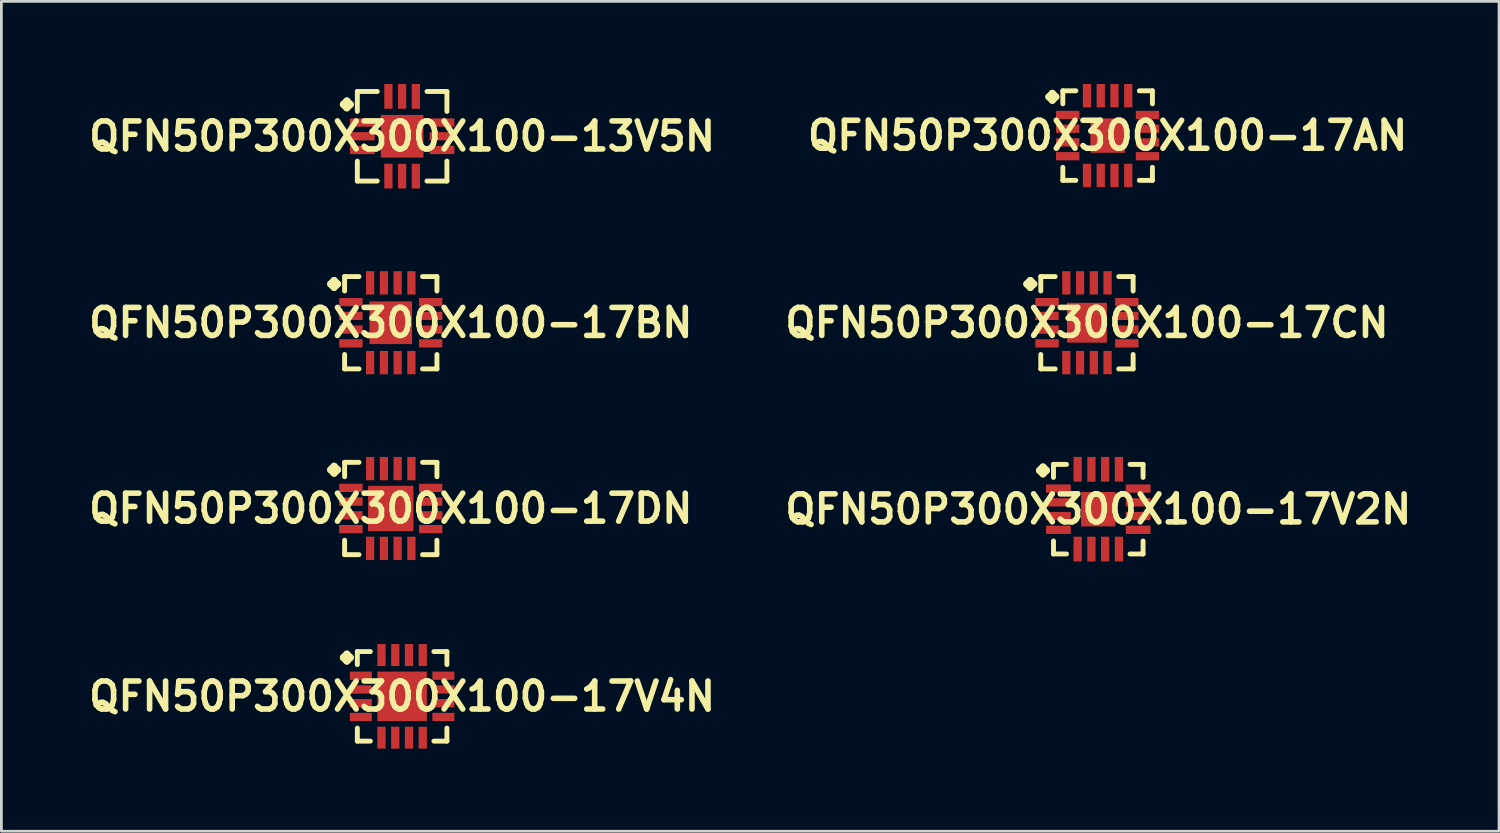
<source format=kicad_pcb>
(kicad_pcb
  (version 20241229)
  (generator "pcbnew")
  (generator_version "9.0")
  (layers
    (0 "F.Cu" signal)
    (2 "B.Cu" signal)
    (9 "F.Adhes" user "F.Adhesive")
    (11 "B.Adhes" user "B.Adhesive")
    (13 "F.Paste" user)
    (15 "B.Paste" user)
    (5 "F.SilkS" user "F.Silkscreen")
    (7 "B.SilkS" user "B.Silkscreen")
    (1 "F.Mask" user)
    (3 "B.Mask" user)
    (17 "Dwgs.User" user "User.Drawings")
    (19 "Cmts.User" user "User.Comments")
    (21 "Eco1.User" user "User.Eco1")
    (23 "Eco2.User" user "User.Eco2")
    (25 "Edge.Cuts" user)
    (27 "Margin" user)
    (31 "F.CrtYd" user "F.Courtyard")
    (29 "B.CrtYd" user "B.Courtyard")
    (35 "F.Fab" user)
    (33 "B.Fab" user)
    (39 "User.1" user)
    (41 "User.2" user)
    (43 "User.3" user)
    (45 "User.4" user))
  (footprint "QFN50P300X300X100-17V4N"
    (layer "F.Cu")
    (at 11.549 22.231)
    (property "Reference" "QFN50P300X300X100-17V4N" (at 0 0 0) (layer "F.SilkS") (effects (font (size 1.016 1.016) (thickness 0.203))))
    (attr smd)
    (fp_line (start -2.134 -1.407) (end -2.007 -1.534) (stroke (width 0.254) (type solid)) (layer "F.SilkS"))
    (fp_line (start -2.007 -1.534) (end -1.88 -1.407) (stroke (width 0.254) (type solid)) (layer "F.SilkS"))
    (fp_line (start -2.007 -1.28) (end -2.134 -1.407) (stroke (width 0.254) (type solid)) (layer "F.SilkS"))
    (fp_line (start -1.88 -1.407) (end -2.007 -1.28) (stroke (width 0.254) (type solid)) (layer "F.SilkS"))
    (fp_line (start -1.626 -1.626) (end -1.153 -1.626) (stroke (width 0.178) (type solid)) (layer "F.SilkS"))
    (fp_line (start -1.626 -1.153) (end -1.626 -1.626) (stroke (width 0.178) (type solid)) (layer "F.SilkS"))
    (fp_line (start -1.626 1.153) (end -1.626 1.626) (stroke (width 0.178) (type solid)) (layer "F.SilkS"))
    (fp_line (start -1.626 1.626) (end -1.153 1.626) (stroke (width 0.178) (type solid)) (layer "F.SilkS"))
    (fp_line (start 1.153 -1.626) (end 1.626 -1.626) (stroke (width 0.178) (type solid)) (layer "F.SilkS"))
    (fp_line (start 1.153 1.626) (end 1.626 1.626) (stroke (width 0.178) (type solid)) (layer "F.SilkS"))
    (fp_line (start 1.626 -1.626) (end 1.626 -1.153) (stroke (width 0.178) (type solid)) (layer "F.SilkS"))
    (fp_line (start 1.626 1.626) (end 1.626 1.153) (stroke (width 0.178) (type solid)) (layer "F.SilkS"))
    (pad "1" smd rect (at -1.499 -0.749) (size 0.798 0.3) (layers "F.Cu" "F.Mask" "F.Paste"))
    (pad "2" smd rect (at -1.499 -0.249) (size 0.798 0.3) (layers "F.Cu" "F.Mask" "F.Paste"))
    (pad "3" smd rect (at -1.499 0.249) (size 0.798 0.3) (layers "F.Cu" "F.Mask" "F.Paste"))
    (pad "4" smd rect (at -1.499 0.749) (size 0.798 0.3) (layers "F.Cu" "F.Mask" "F.Paste"))
    (pad "5" smd rect (at -0.749 1.499) (size 0.3 0.798) (layers "F.Cu" "F.Mask" "F.Paste"))
    (pad "6" smd rect (at -0.249 1.499) (size 0.3 0.798) (layers "F.Cu" "F.Mask" "F.Paste"))
    (pad "7" smd rect (at 0.249 1.499) (size 0.3 0.798) (layers "F.Cu" "F.Mask" "F.Paste"))
    (pad "8" smd rect (at 0.749 1.499) (size 0.3 0.798) (layers "F.Cu" "F.Mask" "F.Paste"))
    (pad "9" smd rect (at 1.499 0.749) (size 0.798 0.3) (layers "F.Cu" "F.Mask" "F.Paste"))
    (pad "10" smd rect (at 1.499 0.249) (size 0.798 0.3) (layers "F.Cu" "F.Mask" "F.Paste"))
    (pad "11" smd rect (at 1.499 -0.249) (size 0.798 0.3) (layers "F.Cu" "F.Mask" "F.Paste"))
    (pad "12" smd rect (at 1.499 -0.749) (size 0.798 0.3) (layers "F.Cu" "F.Mask" "F.Paste"))
    (pad "13" smd rect (at 0.749 -1.499) (size 0.3 0.798) (layers "F.Cu" "F.Mask" "F.Paste"))
    (pad "14" smd rect (at 0.249 -1.499) (size 0.3 0.798) (layers "F.Cu" "F.Mask" "F.Paste"))
    (pad "15" smd rect (at -0.249 -1.499) (size 0.3 0.798) (layers "F.Cu" "F.Mask" "F.Paste"))
    (pad "16" smd rect (at -0.749 -1.499) (size 0.3 0.798) (layers "F.Cu" "F.Mask" "F.Paste"))
    (pad "17" smd rect (at 0 0) (size 1.798 1.798) (layers "F.Cu" "F.Mask" "F.Paste")))
  (footprint "QFN50P300X300X100-17BN"
    (layer "F.Cu")
    (at 11.137 8.667)
    (property "Reference" "QFN50P300X300X100-17BN" (at 0 0 0) (layer "F.SilkS") (effects (font (size 1.016 1.016) (thickness 0.203))))
    (attr smd)
    (fp_line (start -2.184 -1.407) (end -2.057 -1.534) (stroke (width 0.254) (type solid)) (layer "F.SilkS"))
    (fp_line (start -2.057 -1.534) (end -1.93 -1.407) (stroke (width 0.254) (type solid)) (layer "F.SilkS"))
    (fp_line (start -2.057 -1.28) (end -2.184 -1.407) (stroke (width 0.254) (type solid)) (layer "F.SilkS"))
    (fp_line (start -1.93 -1.407) (end -2.057 -1.28) (stroke (width 0.254) (type solid)) (layer "F.SilkS"))
    (fp_line (start -1.676 -1.676) (end -1.153 -1.676) (stroke (width 0.178) (type solid)) (layer "F.SilkS"))
    (fp_line (start -1.676 -1.153) (end -1.676 -1.676) (stroke (width 0.178) (type solid)) (layer "F.SilkS"))
    (fp_line (start -1.676 1.153) (end -1.676 1.676) (stroke (width 0.178) (type solid)) (layer "F.SilkS"))
    (fp_line (start -1.676 1.676) (end -1.153 1.676) (stroke (width 0.178) (type solid)) (layer "F.SilkS"))
    (fp_line (start 1.153 -1.676) (end 1.676 -1.676) (stroke (width 0.178) (type solid)) (layer "F.SilkS"))
    (fp_line (start 1.153 1.676) (end 1.676 1.676) (stroke (width 0.178) (type solid)) (layer "F.SilkS"))
    (fp_line (start 1.676 -1.676) (end 1.676 -1.153) (stroke (width 0.178) (type solid)) (layer "F.SilkS"))
    (fp_line (start 1.676 1.676) (end 1.676 1.153) (stroke (width 0.178) (type solid)) (layer "F.SilkS"))
    (pad "1" smd rect (at -1.448 -0.749) (size 0.848 0.3) (layers "F.Cu" "F.Mask" "F.Paste"))
    (pad "2" smd rect (at -1.448 -0.249) (size 0.848 0.3) (layers "F.Cu" "F.Mask" "F.Paste"))
    (pad "3" smd rect (at -1.448 0.249) (size 0.848 0.3) (layers "F.Cu" "F.Mask" "F.Paste"))
    (pad "4" smd rect (at -1.448 0.749) (size 0.848 0.3) (layers "F.Cu" "F.Mask" "F.Paste"))
    (pad "5" smd rect (at -0.749 1.448) (size 0.3 0.848) (layers "F.Cu" "F.Mask" "F.Paste"))
    (pad "6" smd rect (at -0.249 1.448) (size 0.3 0.848) (layers "F.Cu" "F.Mask" "F.Paste"))
    (pad "7" smd rect (at 0.249 1.448) (size 0.3 0.848) (layers "F.Cu" "F.Mask" "F.Paste"))
    (pad "8" smd rect (at 0.749 1.448) (size 0.3 0.848) (layers "F.Cu" "F.Mask" "F.Paste"))
    (pad "9" smd rect (at 1.448 0.749) (size 0.848 0.3) (layers "F.Cu" "F.Mask" "F.Paste"))
    (pad "10" smd rect (at 1.448 0.249) (size 0.848 0.3) (layers "F.Cu" "F.Mask" "F.Paste"))
    (pad "11" smd rect (at 1.448 -0.249) (size 0.848 0.3) (layers "F.Cu" "F.Mask" "F.Paste"))
    (pad "12" smd rect (at 1.448 -0.749) (size 0.848 0.3) (layers "F.Cu" "F.Mask" "F.Paste"))
    (pad "13" smd rect (at 0.749 -1.448) (size 0.3 0.848) (layers "F.Cu" "F.Mask" "F.Paste"))
    (pad "14" smd rect (at 0.249 -1.448) (size 0.3 0.848) (layers "F.Cu" "F.Mask" "F.Paste"))
    (pad "15" smd rect (at -0.249 -1.448) (size 0.3 0.848) (layers "F.Cu" "F.Mask" "F.Paste"))
    (pad "16" smd rect (at -0.749 -1.448) (size 0.3 0.848) (layers "F.Cu" "F.Mask" "F.Paste"))
    (pad "17" smd rect (at 0 0) (size 1.549 1.549) (layers "F.Cu" "F.Mask" "F.Paste")))
  (footprint "QFN50P300X300X100-17CN"
    (layer "F.Cu")
    (at 36.412 8.667)
    (property "Reference" "QFN50P300X300X100-17CN" (at 0 0 0) (layer "F.SilkS") (effects (font (size 1.016 1.016) (thickness 0.203))))
    (attr smd)
    (fp_line (start -2.184 -1.407) (end -2.057 -1.534) (stroke (width 0.254) (type solid)) (layer "F.SilkS"))
    (fp_line (start -2.057 -1.534) (end -1.93 -1.407) (stroke (width 0.254) (type solid)) (layer "F.SilkS"))
    (fp_line (start -2.057 -1.28) (end -2.184 -1.407) (stroke (width 0.254) (type solid)) (layer "F.SilkS"))
    (fp_line (start -1.93 -1.407) (end -2.057 -1.28) (stroke (width 0.254) (type solid)) (layer "F.SilkS"))
    (fp_line (start -1.676 -1.676) (end -1.153 -1.676) (stroke (width 0.178) (type solid)) (layer "F.SilkS"))
    (fp_line (start -1.676 -1.153) (end -1.676 -1.676) (stroke (width 0.178) (type solid)) (layer "F.SilkS"))
    (fp_line (start -1.676 1.153) (end -1.676 1.676) (stroke (width 0.178) (type solid)) (layer "F.SilkS"))
    (fp_line (start -1.676 1.676) (end -1.153 1.676) (stroke (width 0.178) (type solid)) (layer "F.SilkS"))
    (fp_line (start 1.153 -1.676) (end 1.676 -1.676) (stroke (width 0.178) (type solid)) (layer "F.SilkS"))
    (fp_line (start 1.153 1.676) (end 1.676 1.676) (stroke (width 0.178) (type solid)) (layer "F.SilkS"))
    (fp_line (start 1.676 -1.676) (end 1.676 -1.153) (stroke (width 0.178) (type solid)) (layer "F.SilkS"))
    (fp_line (start 1.676 1.676) (end 1.676 1.153) (stroke (width 0.178) (type solid)) (layer "F.SilkS"))
    (pad "1" smd rect (at -1.448 -0.749) (size 0.848 0.3) (layers "F.Cu" "F.Mask" "F.Paste"))
    (pad "2" smd rect (at -1.448 -0.249) (size 0.848 0.3) (layers "F.Cu" "F.Mask" "F.Paste"))
    (pad "3" smd rect (at -1.448 0.249) (size 0.848 0.3) (layers "F.Cu" "F.Mask" "F.Paste"))
    (pad "4" smd rect (at -1.448 0.749) (size 0.848 0.3) (layers "F.Cu" "F.Mask" "F.Paste"))
    (pad "5" smd rect (at -0.749 1.448) (size 0.3 0.848) (layers "F.Cu" "F.Mask" "F.Paste"))
    (pad "6" smd rect (at -0.249 1.448) (size 0.3 0.848) (layers "F.Cu" "F.Mask" "F.Paste"))
    (pad "7" smd rect (at 0.249 1.448) (size 0.3 0.848) (layers "F.Cu" "F.Mask" "F.Paste"))
    (pad "8" smd rect (at 0.749 1.448) (size 0.3 0.848) (layers "F.Cu" "F.Mask" "F.Paste"))
    (pad "9" smd rect (at 1.448 0.749) (size 0.848 0.3) (layers "F.Cu" "F.Mask" "F.Paste"))
    (pad "10" smd rect (at 1.448 0.249) (size 0.848 0.3) (layers "F.Cu" "F.Mask" "F.Paste"))
    (pad "11" smd rect (at 1.448 -0.249) (size 0.848 0.3) (layers "F.Cu" "F.Mask" "F.Paste"))
    (pad "12" smd rect (at 1.448 -0.749) (size 0.848 0.3) (layers "F.Cu" "F.Mask" "F.Paste"))
    (pad "13" smd rect (at 0.749 -1.448) (size 0.3 0.848) (layers "F.Cu" "F.Mask" "F.Paste"))
    (pad "14" smd rect (at 0.249 -1.448) (size 0.3 0.848) (layers "F.Cu" "F.Mask" "F.Paste"))
    (pad "15" smd rect (at -0.249 -1.448) (size 0.3 0.848) (layers "F.Cu" "F.Mask" "F.Paste"))
    (pad "16" smd rect (at -0.749 -1.448) (size 0.3 0.848) (layers "F.Cu" "F.Mask" "F.Paste"))
    (pad "17" smd rect (at 0 0) (size 1.448 1.448) (layers "F.Cu" "F.Mask" "F.Paste")))
  (footprint "QFN50P300X300X100-17V2N"
    (layer "F.Cu")
    (at 36.823 15.436)
    (property "Reference" "QFN50P300X300X100-17V2N" (at 0 0 0) (layer "F.SilkS") (effects (font (size 1.016 1.016) (thickness 0.203))))
    (attr smd)
    (fp_line (start -2.134 -1.407) (end -2.007 -1.534) (stroke (width 0.254) (type solid)) (layer "F.SilkS"))
    (fp_line (start -2.007 -1.534) (end -1.88 -1.407) (stroke (width 0.254) (type solid)) (layer "F.SilkS"))
    (fp_line (start -2.007 -1.28) (end -2.134 -1.407) (stroke (width 0.254) (type solid)) (layer "F.SilkS"))
    (fp_line (start -1.88 -1.407) (end -2.007 -1.28) (stroke (width 0.254) (type solid)) (layer "F.SilkS"))
    (fp_line (start -1.626 -1.626) (end -1.153 -1.626) (stroke (width 0.178) (type solid)) (layer "F.SilkS"))
    (fp_line (start -1.626 -1.153) (end -1.626 -1.626) (stroke (width 0.178) (type solid)) (layer "F.SilkS"))
    (fp_line (start -1.626 1.153) (end -1.626 1.626) (stroke (width 0.178) (type solid)) (layer "F.SilkS"))
    (fp_line (start -1.626 1.626) (end -1.153 1.626) (stroke (width 0.178) (type solid)) (layer "F.SilkS"))
    (fp_line (start 1.153 -1.626) (end 1.626 -1.626) (stroke (width 0.178) (type solid)) (layer "F.SilkS"))
    (fp_line (start 1.153 1.626) (end 1.626 1.626) (stroke (width 0.178) (type solid)) (layer "F.SilkS"))
    (fp_line (start 1.626 -1.626) (end 1.626 -1.153) (stroke (width 0.178) (type solid)) (layer "F.SilkS"))
    (fp_line (start 1.626 1.626) (end 1.626 1.153) (stroke (width 0.178) (type solid)) (layer "F.SilkS"))
    (pad "1" smd rect (at -1.448 -0.749) (size 0.899 0.3) (layers "F.Cu" "F.Mask" "F.Paste"))
    (pad "2" smd rect (at -1.448 -0.249) (size 0.899 0.3) (layers "F.Cu" "F.Mask" "F.Paste"))
    (pad "3" smd rect (at -1.448 0.249) (size 0.899 0.3) (layers "F.Cu" "F.Mask" "F.Paste"))
    (pad "4" smd rect (at -1.448 0.749) (size 0.899 0.3) (layers "F.Cu" "F.Mask" "F.Paste"))
    (pad "5" smd rect (at -0.749 1.448) (size 0.3 0.899) (layers "F.Cu" "F.Mask" "F.Paste"))
    (pad "6" smd rect (at -0.249 1.448) (size 0.3 0.899) (layers "F.Cu" "F.Mask" "F.Paste"))
    (pad "7" smd rect (at 0.249 1.448) (size 0.3 0.899) (layers "F.Cu" "F.Mask" "F.Paste"))
    (pad "8" smd rect (at 0.749 1.448) (size 0.3 0.899) (layers "F.Cu" "F.Mask" "F.Paste"))
    (pad "9" smd rect (at 1.448 0.749) (size 0.899 0.3) (layers "F.Cu" "F.Mask" "F.Paste"))
    (pad "10" smd rect (at 1.448 0.249) (size 0.899 0.3) (layers "F.Cu" "F.Mask" "F.Paste"))
    (pad "11" smd rect (at 1.448 -0.249) (size 0.899 0.3) (layers "F.Cu" "F.Mask" "F.Paste"))
    (pad "12" smd rect (at 1.448 -0.749) (size 0.899 0.3) (layers "F.Cu" "F.Mask" "F.Paste"))
    (pad "13" smd rect (at 0.749 -1.448) (size 0.3 0.899) (layers "F.Cu" "F.Mask" "F.Paste"))
    (pad "14" smd rect (at 0.249 -1.448) (size 0.3 0.899) (layers "F.Cu" "F.Mask" "F.Paste"))
    (pad "15" smd rect (at -0.249 -1.448) (size 0.3 0.899) (layers "F.Cu" "F.Mask" "F.Paste"))
    (pad "16" smd rect (at -0.749 -1.448) (size 0.3 0.899) (layers "F.Cu" "F.Mask" "F.Paste"))
    (pad "17" smd rect (at 0 0) (size 1.25 1.25) (layers "F.Cu" "F.Mask" "F.Paste")))
  (footprint "QFN50P300X300X100-13V5N"
    (layer "F.Cu")
    (at 11.549 1.897)
    (property "Reference" "QFN50P300X300X100-13V5N" (at 0 0 0) (layer "F.SilkS") (effects (font (size 1.016 1.016) (thickness 0.203))))
    (attr smd)
    (fp_line (start -2.134 -1.156) (end -2.007 -1.283) (stroke (width 0.254) (type solid)) (layer "F.SilkS"))
    (fp_line (start -2.007 -1.283) (end -1.88 -1.156) (stroke (width 0.254) (type solid)) (layer "F.SilkS"))
    (fp_line (start -2.007 -1.029) (end -2.134 -1.156) (stroke (width 0.254) (type solid)) (layer "F.SilkS"))
    (fp_line (start -1.88 -1.156) (end -2.007 -1.029) (stroke (width 0.254) (type solid)) (layer "F.SilkS"))
    (fp_line (start -1.626 -1.626) (end -0.902 -1.626) (stroke (width 0.178) (type solid)) (layer "F.SilkS"))
    (fp_line (start -1.626 -0.902) (end -1.626 -1.626) (stroke (width 0.178) (type solid)) (layer "F.SilkS"))
    (fp_line (start -1.626 0.902) (end -1.626 1.626) (stroke (width 0.178) (type solid)) (layer "F.SilkS"))
    (fp_line (start -1.626 1.626) (end -0.902 1.626) (stroke (width 0.178) (type solid)) (layer "F.SilkS"))
    (fp_line (start 0.902 -1.626) (end 1.626 -1.626) (stroke (width 0.178) (type solid)) (layer "F.SilkS"))
    (fp_line (start 0.902 1.626) (end 1.626 1.626) (stroke (width 0.178) (type solid)) (layer "F.SilkS"))
    (fp_line (start 1.626 -1.626) (end 1.626 -0.902) (stroke (width 0.178) (type solid)) (layer "F.SilkS"))
    (fp_line (start 1.626 1.626) (end 1.626 0.902) (stroke (width 0.178) (type solid)) (layer "F.SilkS"))
    (pad "1" smd rect (at -1.448 -0.498) (size 0.899 0.3) (layers "F.Cu" "F.Mask" "F.Paste"))
    (pad "2" smd rect (at -1.448 0) (size 0.899 0.3) (layers "F.Cu" "F.Mask" "F.Paste"))
    (pad "3" smd rect (at -1.448 0.498) (size 0.899 0.3) (layers "F.Cu" "F.Mask" "F.Paste"))
    (pad "4" smd rect (at -0.498 1.448) (size 0.3 0.899) (layers "F.Cu" "F.Mask" "F.Paste"))
    (pad "5" smd rect (at 0 1.448) (size 0.3 0.899) (layers "F.Cu" "F.Mask" "F.Paste"))
    (pad "6" smd rect (at 0.498 1.448) (size 0.3 0.899) (layers "F.Cu" "F.Mask" "F.Paste"))
    (pad "7" smd rect (at 1.448 0.498) (size 0.899 0.3) (layers "F.Cu" "F.Mask" "F.Paste"))
    (pad "8" smd rect (at 1.448 0) (size 0.899 0.3) (layers "F.Cu" "F.Mask" "F.Paste"))
    (pad "9" smd rect (at 1.448 -0.498) (size 0.899 0.3) (layers "F.Cu" "F.Mask" "F.Paste"))
    (pad "10" smd rect (at 0.498 -1.448) (size 0.3 0.899) (layers "F.Cu" "F.Mask" "F.Paste"))
    (pad "11" smd rect (at 0 -1.448) (size 0.3 0.899) (layers "F.Cu" "F.Mask" "F.Paste"))
    (pad "12" smd rect (at -0.498 -1.448) (size 0.3 0.899) (layers "F.Cu" "F.Mask" "F.Paste"))
    (pad "13" smd rect (at 0 0) (size 1.549 1.549) (layers "F.Cu" "F.Mask" "F.Paste")))
  (footprint "QFN50P300X300X100-17DN"
    (layer "F.Cu")
    (at 11.137 15.411)
    (property "Reference" "QFN50P300X300X100-17DN" (at 0 0 0) (layer "F.SilkS") (effects (font (size 1.016 1.016) (thickness 0.203))))
    (attr smd)
    (fp_line (start -2.184 -1.407) (end -2.057 -1.534) (stroke (width 0.254) (type solid)) (layer "F.SilkS"))
    (fp_line (start -2.057 -1.534) (end -1.93 -1.407) (stroke (width 0.254) (type solid)) (layer "F.SilkS"))
    (fp_line (start -2.057 -1.28) (end -2.184 -1.407) (stroke (width 0.254) (type solid)) (layer "F.SilkS"))
    (fp_line (start -1.93 -1.407) (end -2.057 -1.28) (stroke (width 0.254) (type solid)) (layer "F.SilkS"))
    (fp_line (start -1.676 -1.676) (end -1.153 -1.676) (stroke (width 0.178) (type solid)) (layer "F.SilkS"))
    (fp_line (start -1.676 -1.153) (end -1.676 -1.676) (stroke (width 0.178) (type solid)) (layer "F.SilkS"))
    (fp_line (start -1.676 1.153) (end -1.676 1.676) (stroke (width 0.178) (type solid)) (layer "F.SilkS"))
    (fp_line (start -1.676 1.676) (end -1.153 1.676) (stroke (width 0.178) (type solid)) (layer "F.SilkS"))
    (fp_line (start 1.153 -1.676) (end 1.676 -1.676) (stroke (width 0.178) (type solid)) (layer "F.SilkS"))
    (fp_line (start 1.153 1.676) (end 1.676 1.676) (stroke (width 0.178) (type solid)) (layer "F.SilkS"))
    (fp_line (start 1.676 -1.676) (end 1.676 -1.153) (stroke (width 0.178) (type solid)) (layer "F.SilkS"))
    (fp_line (start 1.676 1.676) (end 1.676 1.153) (stroke (width 0.178) (type solid)) (layer "F.SilkS"))
    (pad "1" smd rect (at -1.448 -0.749) (size 0.848 0.3) (layers "F.Cu" "F.Mask" "F.Paste"))
    (pad "2" smd rect (at -1.448 -0.249) (size 0.848 0.3) (layers "F.Cu" "F.Mask" "F.Paste"))
    (pad "3" smd rect (at -1.448 0.249) (size 0.848 0.3) (layers "F.Cu" "F.Mask" "F.Paste"))
    (pad "4" smd rect (at -1.448 0.749) (size 0.848 0.3) (layers "F.Cu" "F.Mask" "F.Paste"))
    (pad "5" smd rect (at -0.749 1.448) (size 0.3 0.848) (layers "F.Cu" "F.Mask" "F.Paste"))
    (pad "6" smd rect (at -0.249 1.448) (size 0.3 0.848) (layers "F.Cu" "F.Mask" "F.Paste"))
    (pad "7" smd rect (at 0.249 1.448) (size 0.3 0.848) (layers "F.Cu" "F.Mask" "F.Paste"))
    (pad "8" smd rect (at 0.749 1.448) (size 0.3 0.848) (layers "F.Cu" "F.Mask" "F.Paste"))
    (pad "9" smd rect (at 1.448 0.749) (size 0.848 0.3) (layers "F.Cu" "F.Mask" "F.Paste"))
    (pad "10" smd rect (at 1.448 0.249) (size 0.848 0.3) (layers "F.Cu" "F.Mask" "F.Paste"))
    (pad "11" smd rect (at 1.448 -0.249) (size 0.848 0.3) (layers "F.Cu" "F.Mask" "F.Paste"))
    (pad "12" smd rect (at 1.448 -0.749) (size 0.848 0.3) (layers "F.Cu" "F.Mask" "F.Paste"))
    (pad "13" smd rect (at 0.749 -1.448) (size 0.3 0.848) (layers "F.Cu" "F.Mask" "F.Paste"))
    (pad "14" smd rect (at 0.249 -1.448) (size 0.3 0.848) (layers "F.Cu" "F.Mask" "F.Paste"))
    (pad "15" smd rect (at -0.249 -1.448) (size 0.3 0.848) (layers "F.Cu" "F.Mask" "F.Paste"))
    (pad "16" smd rect (at -0.749 -1.448) (size 0.3 0.848) (layers "F.Cu" "F.Mask" "F.Paste"))
    (pad "17" smd rect (at 0 0) (size 1.648 1.648) (layers "F.Cu" "F.Mask" "F.Paste")))
  (footprint "QFN50P300X300X100-17AN"
    (layer "F.Cu")
    (at 37.162 1.872)
    (property "Reference" "QFN50P300X300X100-17AN" (at 0 0 0) (layer "F.SilkS") (effects (font (size 1.016 1.016) (thickness 0.203))))
    (attr smd)
    (fp_line (start -2.134 -1.407) (end -2.007 -1.534) (stroke (width 0.254) (type solid)) (layer "F.SilkS"))
    (fp_line (start -2.007 -1.534) (end -1.88 -1.407) (stroke (width 0.254) (type solid)) (layer "F.SilkS"))
    (fp_line (start -2.007 -1.28) (end -2.134 -1.407) (stroke (width 0.254) (type solid)) (layer "F.SilkS"))
    (fp_line (start -1.88 -1.407) (end -2.007 -1.28) (stroke (width 0.254) (type solid)) (layer "F.SilkS"))
    (fp_line (start -1.626 -1.626) (end -1.153 -1.626) (stroke (width 0.178) (type solid)) (layer "F.SilkS"))
    (fp_line (start -1.626 -1.153) (end -1.626 -1.626) (stroke (width 0.178) (type solid)) (layer "F.SilkS"))
    (fp_line (start -1.626 1.153) (end -1.626 1.626) (stroke (width 0.178) (type solid)) (layer "F.SilkS"))
    (fp_line (start -1.626 1.626) (end -1.153 1.626) (stroke (width 0.178) (type solid)) (layer "F.SilkS"))
    (fp_line (start 1.153 -1.626) (end 1.626 -1.626) (stroke (width 0.178) (type solid)) (layer "F.SilkS"))
    (fp_line (start 1.153 1.626) (end 1.626 1.626) (stroke (width 0.178) (type solid)) (layer "F.SilkS"))
    (fp_line (start 1.626 -1.626) (end 1.626 -1.153) (stroke (width 0.178) (type solid)) (layer "F.SilkS"))
    (fp_line (start 1.626 1.626) (end 1.626 1.153) (stroke (width 0.178) (type solid)) (layer "F.SilkS"))
    (pad "1" smd rect (at -1.448 -0.749) (size 0.848 0.3) (layers "F.Cu" "F.Mask" "F.Paste"))
    (pad "2" smd rect (at -1.448 -0.249) (size 0.848 0.3) (layers "F.Cu" "F.Mask" "F.Paste"))
    (pad "3" smd rect (at -1.448 0.249) (size 0.848 0.3) (layers "F.Cu" "F.Mask" "F.Paste"))
    (pad "4" smd rect (at -1.448 0.749) (size 0.848 0.3) (layers "F.Cu" "F.Mask" "F.Paste"))
    (pad "5" smd rect (at -0.749 1.448) (size 0.3 0.848) (layers "F.Cu" "F.Mask" "F.Paste"))
    (pad "6" smd rect (at -0.249 1.448) (size 0.3 0.848) (layers "F.Cu" "F.Mask" "F.Paste"))
    (pad "7" smd rect (at 0.249 1.448) (size 0.3 0.848) (layers "F.Cu" "F.Mask" "F.Paste"))
    (pad "8" smd rect (at 0.749 1.448) (size 0.3 0.848) (layers "F.Cu" "F.Mask" "F.Paste"))
    (pad "9" smd rect (at 1.448 0.749) (size 0.848 0.3) (layers "F.Cu" "F.Mask" "F.Paste"))
    (pad "10" smd rect (at 1.448 0.249) (size 0.848 0.3) (layers "F.Cu" "F.Mask" "F.Paste"))
    (pad "11" smd rect (at 1.448 -0.249) (size 0.848 0.3) (layers "F.Cu" "F.Mask" "F.Paste"))
    (pad "12" smd rect (at 1.448 -0.749) (size 0.848 0.3) (layers "F.Cu" "F.Mask" "F.Paste"))
    (pad "13" smd rect (at 0.749 -1.448) (size 0.3 0.848) (layers "F.Cu" "F.Mask" "F.Paste"))
    (pad "14" smd rect (at 0.249 -1.448) (size 0.3 0.848) (layers "F.Cu" "F.Mask" "F.Paste"))
    (pad "15" smd rect (at -0.249 -1.448) (size 0.3 0.848) (layers "F.Cu" "F.Mask" "F.Paste"))
    (pad "16" smd rect (at -0.749 -1.448) (size 0.3 0.848) (layers "F.Cu" "F.Mask" "F.Paste"))
    (pad "17" smd rect (at 0 0) (size 1.25 1.25) (layers "F.Cu" "F.Mask" "F.Paste")))
  (gr_rect
    (start -3 -3)
    (end 51.372 27.128)
    (stroke (width 0.1) (type default))
    (fill no)
    (layer "Edge.Cuts")))
</source>
